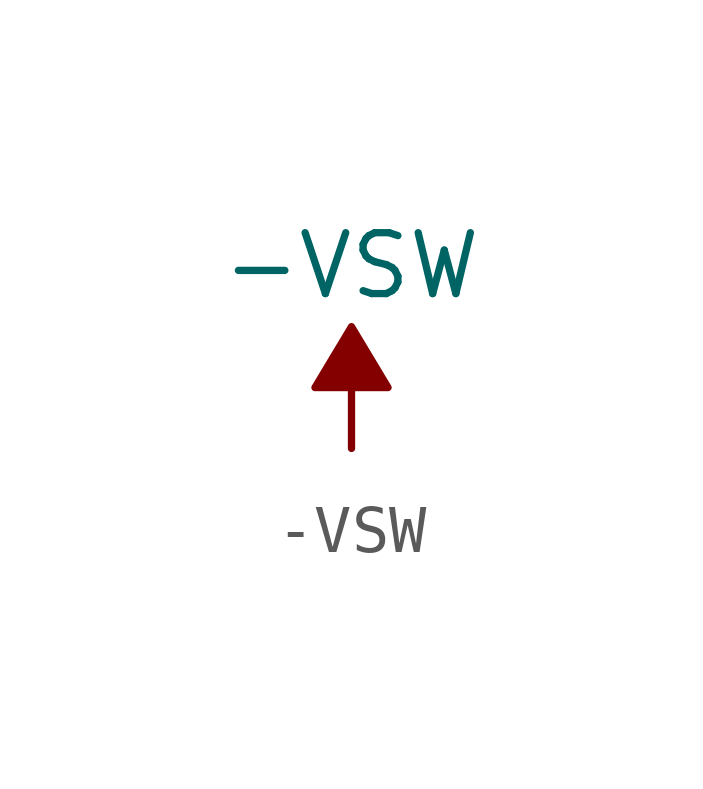
<source format=kicad_sym>
(kicad_symbol_lib
  (version 20220914)
  (generator kicad_symbol_editor)
  (symbol "-VSW"
    (power)
    (pin_names
      (offset 0))
    (property "Reference" "#PWR"
      (at 0 2.54 0)
      (effects (font (size 1.27 1.27)) hide))
    (property "Value" "-VSW"
      (at 0 3.81 0)
      (effects (font (size 1.27 1.27))))
    (symbol "-VSW_0_0"
      (pin power_in line (at 0 0 90) (length 0) hide (name "-VSW" (effects (font (size 1.27 1.27)))) (number "1" (effects (font (size 1.27 1.27))))))
    (symbol "-VSW_0_1"
      (polyline (pts (xy 0 0) (xy 0 1.27) (xy 0.762 1.27) (xy 0 2.54) (xy -0.762 1.27) (xy 0 1.27)) (stroke (width 0) (type solid)) (fill (type outline))))))
</source>
